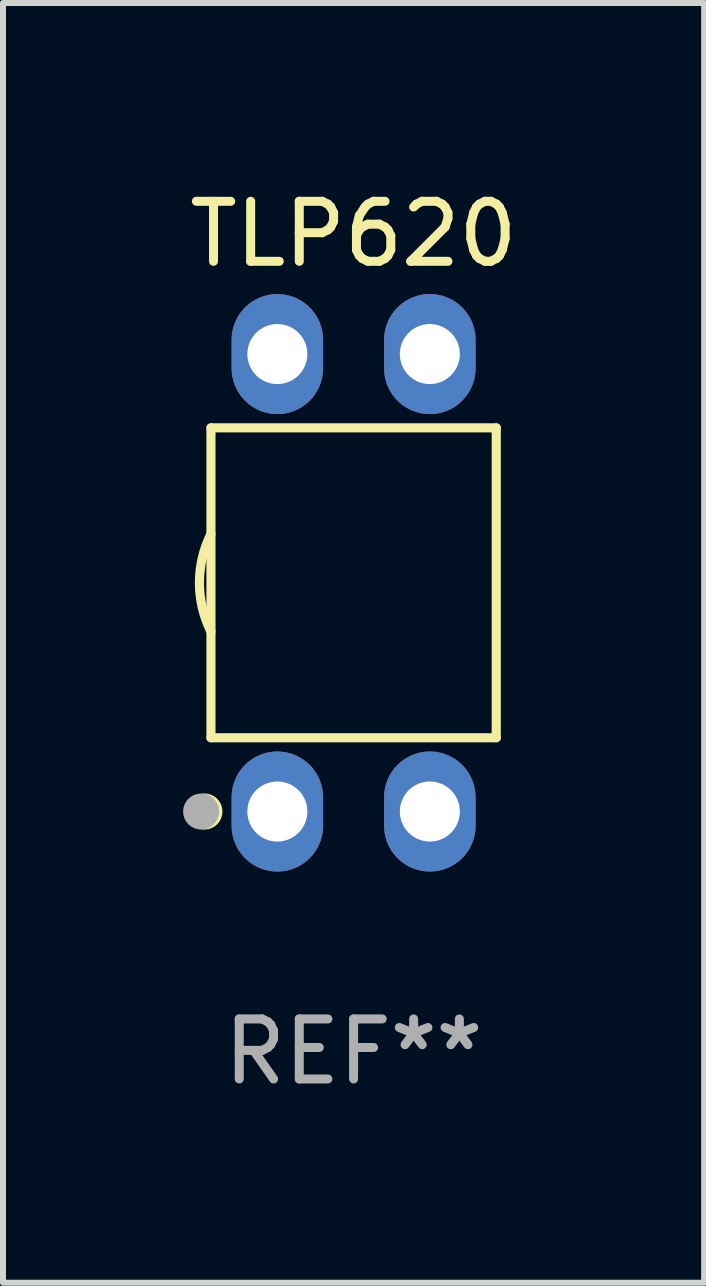
<source format=kicad_pcb>
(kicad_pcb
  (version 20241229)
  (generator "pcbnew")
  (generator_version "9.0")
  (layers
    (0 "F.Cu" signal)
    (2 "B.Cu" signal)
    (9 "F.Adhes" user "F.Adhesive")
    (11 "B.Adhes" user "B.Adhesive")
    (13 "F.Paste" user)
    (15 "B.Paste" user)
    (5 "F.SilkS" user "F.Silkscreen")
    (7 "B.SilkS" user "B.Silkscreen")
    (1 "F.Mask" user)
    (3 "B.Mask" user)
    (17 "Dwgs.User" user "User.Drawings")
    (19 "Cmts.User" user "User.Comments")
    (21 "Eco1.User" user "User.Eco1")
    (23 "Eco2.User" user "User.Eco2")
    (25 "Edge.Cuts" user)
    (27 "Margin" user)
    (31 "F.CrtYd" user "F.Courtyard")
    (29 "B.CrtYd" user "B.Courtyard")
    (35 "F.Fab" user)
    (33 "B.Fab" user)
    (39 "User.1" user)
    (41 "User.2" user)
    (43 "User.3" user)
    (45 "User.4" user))
  (footprint "TLP620"
    (layer "F.Cu")
    (at 2.84 6.658)
    (property "Reference" "TLP620" (at 0 -5.81 0) (layer "F.SilkS") (effects (font (size 1 1) (thickness 0.15))))
    (attr through_hole)
    (fp_line (start -2.376 -2.581) (end 2.376 -2.581) (stroke (width 0.152) (type solid)) (layer "F.SilkS"))
    (fp_line (start -2.376 2.581) (end -2.376 -2.581) (stroke (width 0.152) (type solid)) (layer "F.SilkS"))
    (fp_line (start 2.376 -2.581) (end 2.376 2.581) (stroke (width 0.152) (type solid)) (layer "F.SilkS"))
    (fp_line (start 2.376 2.581) (end -2.376 2.581) (stroke (width 0.152) (type solid)) (layer "F.SilkS"))
    (fp_arc (start -2.3762 0.812496) (mid -2.568004 0) (end -2.3762 -0.812497) (stroke (width 0.1524) (type solid)) (layer "F.SilkS"))
    (fp_circle (center -2.484 3.81) (end -2.334 3.81) (stroke (width 0.3) (type solid)) (fill no) (layer "F.SilkS"))
    (fp_circle (center -2.3 3.935) (end -2.27 3.935) (stroke (width 0.06) (type solid)) (fill no) (layer "F.SilkS"))
    (fp_circle (center -2.54 3.81) (end -2.39 3.81) (stroke (width 0.3) (type solid)) (fill no) (layer "F.Fab"))
    (fp_text user "REF**" (at 0 7.81 0) (layer "F.Fab") (effects (font (size 1 1) (thickness 0.15))))
    (pad "1" thru_hole oval (at -1.27 3.81) (size 1.524 2) (drill 1) (layers "*.Cu" "*.Mask"))
    (pad "2" thru_hole oval (at 1.27 3.81) (size 1.524 2) (drill 1) (layers "*.Cu" "*.Mask"))
    (pad "3" thru_hole oval (at 1.27 -3.81) (size 1.524 2) (drill 1) (layers "*.Cu" "*.Mask"))
    (pad "4" thru_hole oval (at -1.27 -3.81) (size 1.524 2) (drill 1) (layers "*.Cu" "*.Mask")))
  (gr_rect
    (start -3 -3)
    (end 8.679 18.317)
    (stroke (width 0.1) (type default))
    (fill no)
    (layer "Edge.Cuts")))
</source>
